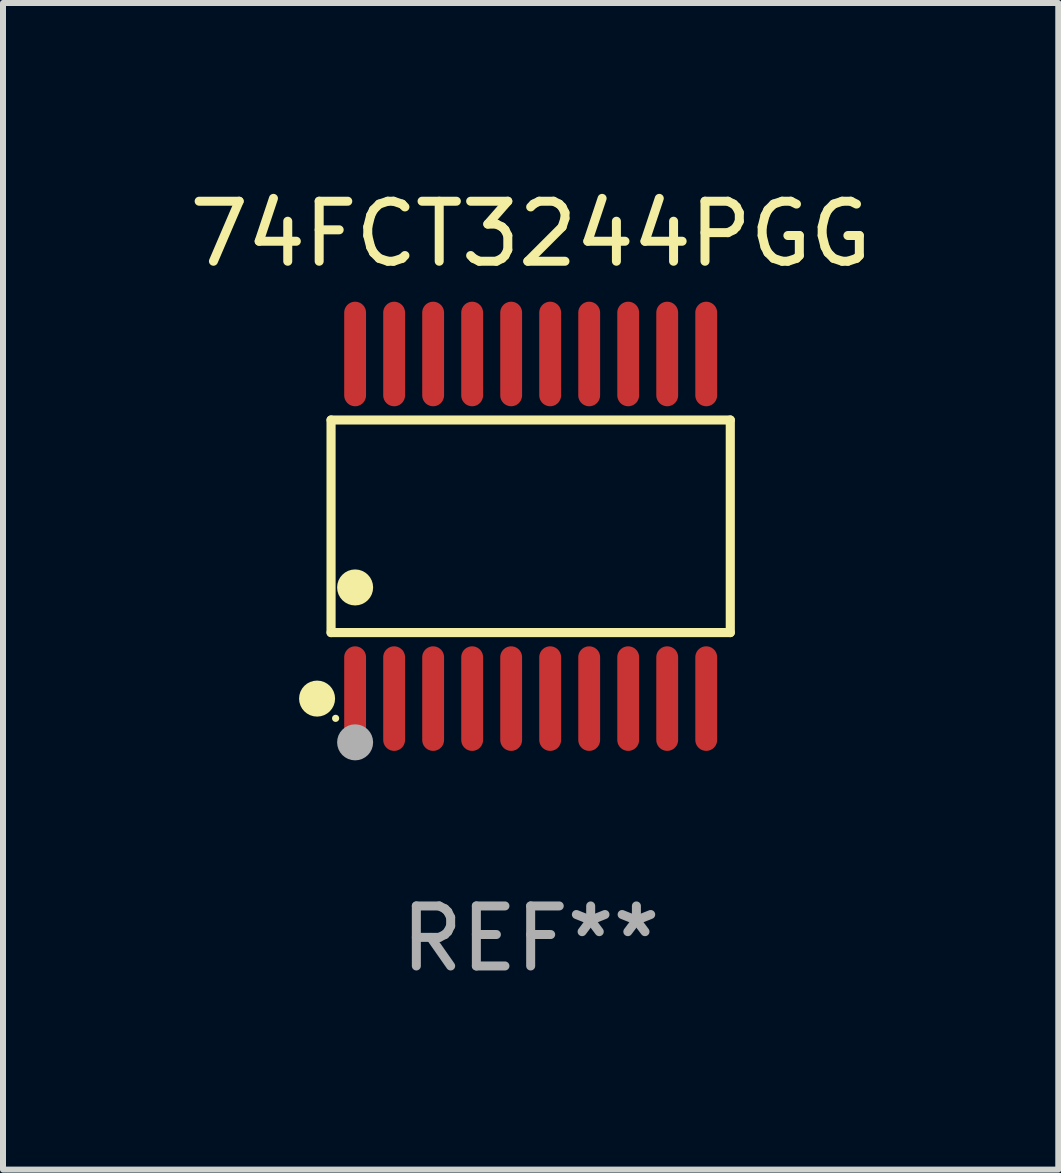
<source format=kicad_pcb>
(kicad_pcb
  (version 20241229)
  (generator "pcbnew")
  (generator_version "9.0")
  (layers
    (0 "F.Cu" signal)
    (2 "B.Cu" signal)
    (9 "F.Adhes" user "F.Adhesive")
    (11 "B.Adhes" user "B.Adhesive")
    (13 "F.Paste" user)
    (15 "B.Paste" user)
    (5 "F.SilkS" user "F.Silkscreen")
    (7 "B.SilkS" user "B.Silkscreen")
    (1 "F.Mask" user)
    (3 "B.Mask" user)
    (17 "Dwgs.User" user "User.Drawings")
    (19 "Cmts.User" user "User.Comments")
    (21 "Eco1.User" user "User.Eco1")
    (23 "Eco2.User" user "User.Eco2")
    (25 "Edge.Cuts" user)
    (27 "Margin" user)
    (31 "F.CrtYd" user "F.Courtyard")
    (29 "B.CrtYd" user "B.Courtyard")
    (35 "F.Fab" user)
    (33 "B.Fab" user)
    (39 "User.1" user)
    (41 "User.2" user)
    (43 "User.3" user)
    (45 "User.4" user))
  (footprint "74FCT3244PGG"
    (layer "F.Cu")
    (at 5.792 5.719)
    (property "Reference" "74FCT3244PGG" (at 0 -4.871 0) (layer "F.SilkS") (effects (font (size 1 1) (thickness 0.15))))
    (attr through_hole)
    (fp_line (start -3.326 -1.771) (end 3.326 -1.771) (stroke (width 0.152) (type solid)) (layer "F.SilkS"))
    (fp_line (start -3.326 1.771) (end -3.326 -1.771) (stroke (width 0.152) (type solid)) (layer "F.SilkS"))
    (fp_line (start 3.326 -1.771) (end 3.326 1.771) (stroke (width 0.152) (type solid)) (layer "F.SilkS"))
    (fp_line (start 3.326 1.771) (end -3.326 1.771) (stroke (width 0.152) (type solid)) (layer "F.SilkS"))
    (fp_circle (center -3.559 2.871) (end -3.409 2.871) (stroke (width 0.3) (type solid)) (fill no) (layer "F.SilkS"))
    (fp_circle (center -3.25 3.2) (end -3.22 3.2) (stroke (width 0.06) (type solid)) (fill no) (layer "F.SilkS"))
    (fp_circle (center -2.925 1.019) (end -2.775 1.019) (stroke (width 0.3) (type solid)) (fill no) (layer "F.SilkS"))
    (fp_circle (center -2.925 3.6) (end -2.775 3.6) (stroke (width 0.3) (type solid)) (fill no) (layer "F.Fab"))
    (fp_text user "REF**" (at 0 6.871 0) (layer "F.Fab") (effects (font (size 1 1) (thickness 0.15))))
    (pad "1" smd oval (at -2.925 2.871) (size 0.364 1.742) (layers "F.Cu" "F.Mask" "F.Paste"))
    (pad "2" smd oval (at -2.275 2.871) (size 0.364 1.742) (layers "F.Cu" "F.Mask" "F.Paste"))
    (pad "3" smd oval (at -1.625 2.871) (size 0.364 1.742) (layers "F.Cu" "F.Mask" "F.Paste"))
    (pad "4" smd oval (at -0.975 2.871) (size 0.364 1.742) (layers "F.Cu" "F.Mask" "F.Paste"))
    (pad "5" smd oval (at -0.325 2.871) (size 0.364 1.742) (layers "F.Cu" "F.Mask" "F.Paste"))
    (pad "6" smd oval (at 0.325 2.871) (size 0.364 1.742) (layers "F.Cu" "F.Mask" "F.Paste"))
    (pad "7" smd oval (at 0.975 2.871) (size 0.364 1.742) (layers "F.Cu" "F.Mask" "F.Paste"))
    (pad "8" smd oval (at 1.625 2.871) (size 0.364 1.742) (layers "F.Cu" "F.Mask" "F.Paste"))
    (pad "9" smd oval (at 2.275 2.871) (size 0.364 1.742) (layers "F.Cu" "F.Mask" "F.Paste"))
    (pad "10" smd oval (at 2.925 2.871) (size 0.364 1.742) (layers "F.Cu" "F.Mask" "F.Paste"))
    (pad "11" smd oval (at 2.925 -2.871) (size 0.364 1.742) (layers "F.Cu" "F.Mask" "F.Paste"))
    (pad "12" smd oval (at 2.275 -2.871) (size 0.364 1.742) (layers "F.Cu" "F.Mask" "F.Paste"))
    (pad "13" smd oval (at 1.625 -2.871) (size 0.364 1.742) (layers "F.Cu" "F.Mask" "F.Paste"))
    (pad "14" smd oval (at 0.975 -2.871) (size 0.364 1.742) (layers "F.Cu" "F.Mask" "F.Paste"))
    (pad "15" smd oval (at 0.325 -2.871) (size 0.364 1.742) (layers "F.Cu" "F.Mask" "F.Paste"))
    (pad "16" smd oval (at -0.325 -2.871) (size 0.364 1.742) (layers "F.Cu" "F.Mask" "F.Paste"))
    (pad "17" smd oval (at -0.975 -2.871) (size 0.364 1.742) (layers "F.Cu" "F.Mask" "F.Paste"))
    (pad "18" smd oval (at -1.625 -2.871) (size 0.364 1.742) (layers "F.Cu" "F.Mask" "F.Paste"))
    (pad "19" smd oval (at -2.275 -2.871) (size 0.364 1.742) (layers "F.Cu" "F.Mask" "F.Paste"))
    (pad "20" smd oval (at -2.925 -2.871) (size 0.364 1.742) (layers "F.Cu" "F.Mask" "F.Paste")))
  (gr_rect
    (start -3 -3)
    (end 14.583 16.438)
    (stroke (width 0.1) (type default))
    (fill no)
    (layer "Edge.Cuts")))
</source>
